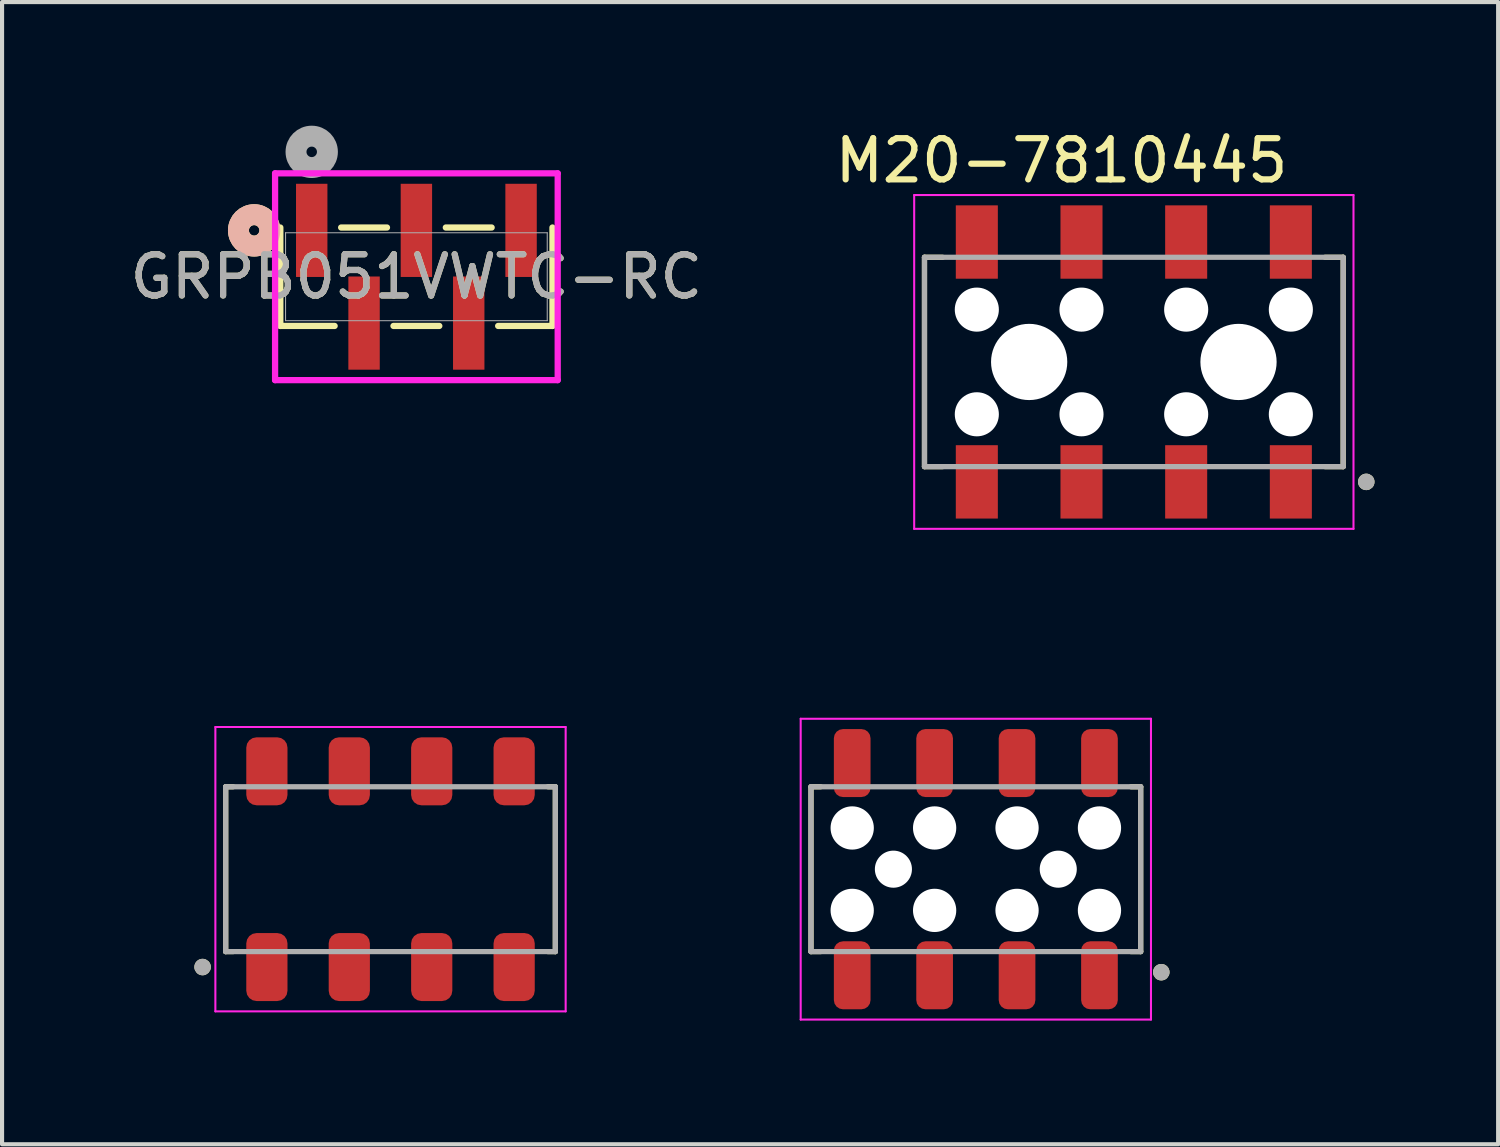
<source format=kicad_pcb>
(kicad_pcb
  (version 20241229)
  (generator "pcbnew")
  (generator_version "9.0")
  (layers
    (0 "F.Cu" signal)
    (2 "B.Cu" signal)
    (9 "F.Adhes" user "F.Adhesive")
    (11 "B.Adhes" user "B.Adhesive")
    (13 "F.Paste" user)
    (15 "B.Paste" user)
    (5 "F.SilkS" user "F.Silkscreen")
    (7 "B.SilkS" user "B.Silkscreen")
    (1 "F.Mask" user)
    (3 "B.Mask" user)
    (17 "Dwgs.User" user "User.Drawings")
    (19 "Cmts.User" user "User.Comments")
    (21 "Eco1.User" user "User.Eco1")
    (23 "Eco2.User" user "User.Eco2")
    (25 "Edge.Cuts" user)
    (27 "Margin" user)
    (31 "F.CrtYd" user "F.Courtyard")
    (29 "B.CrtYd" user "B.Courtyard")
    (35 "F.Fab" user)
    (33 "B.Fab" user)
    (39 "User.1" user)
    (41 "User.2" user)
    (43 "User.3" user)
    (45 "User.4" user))
  (footprint "M22-6360442"
    (layer "F.Cu")
    (at 20.629 18.041)
    (property "Reference" "M22-6360442" (at -0.825 -4.385 0) (layer "User.2") (effects (font (size 1 1) (thickness 0.15))))
    (attr through_hole)
    (fp_line (start -4 -2) (end -3.765 -2) (stroke (width 0.127) (type solid)) (layer "F.SilkS"))
    (fp_line (start -4 2) (end -4 -2) (stroke (width 0.127) (type solid)) (layer "F.SilkS"))
    (fp_line (start -3.765 2) (end -4 2) (stroke (width 0.127) (type solid)) (layer "F.SilkS"))
    (fp_line (start 3.765 -2) (end 4 -2) (stroke (width 0.127) (type solid)) (layer "F.SilkS"))
    (fp_line (start 4 -2) (end 4 2) (stroke (width 0.127) (type solid)) (layer "F.SilkS"))
    (fp_line (start 4 2) (end 3.765 2) (stroke (width 0.127) (type solid)) (layer "F.SilkS"))
    (fp_circle (center 4.5 2.5) (end 4.6 2.5) (stroke (width 0.2) (type solid)) (fill no) (layer "F.SilkS"))
    (fp_line (start -4.25 -3.65) (end -4.25 3.65) (stroke (width 0.05) (type solid)) (layer "F.CrtYd"))
    (fp_line (start -4.25 3.65) (end 4.25 3.65) (stroke (width 0.05) (type solid)) (layer "F.CrtYd"))
    (fp_line (start 4.25 -3.65) (end -4.25 -3.65) (stroke (width 0.05) (type solid)) (layer "F.CrtYd"))
    (fp_line (start 4.25 3.65) (end 4.25 -3.65) (stroke (width 0.05) (type solid)) (layer "F.CrtYd"))
    (fp_line (start -4 -2) (end 4 -2) (stroke (width 0.127) (type solid)) (layer "F.Fab"))
    (fp_line (start -4 2) (end -4 -2) (stroke (width 0.127) (type solid)) (layer "F.Fab"))
    (fp_line (start 4 -2) (end 4 2) (stroke (width 0.127) (type solid)) (layer "F.Fab"))
    (fp_line (start 4 2) (end -4 2) (stroke (width 0.127) (type solid)) (layer "F.Fab"))
    (fp_circle (center 4.5 2.5) (end 4.6 2.5) (stroke (width 0.2) (type solid)) (fill no) (layer "F.Fab"))
    (pad "" np_thru_hole circle (at -3 -1) (size 1.05 1.05) (drill 1.05) (layers "*.Cu" "*.Mask"))
    (pad "" np_thru_hole circle (at -3 1) (size 1.05 1.05) (drill 1.05) (layers "*.Cu" "*.Mask"))
    (pad "" np_thru_hole circle (at -2 0) (size 0.9 0.9) (drill 0.9) (layers "*.Cu" "*.Mask"))
    (pad "" np_thru_hole circle (at -1 -1) (size 1.05 1.05) (drill 1.05) (layers "*.Cu" "*.Mask"))
    (pad "" np_thru_hole circle (at -1 1) (size 1.05 1.05) (drill 1.05) (layers "*.Cu" "*.Mask"))
    (pad "" np_thru_hole circle (at 1 -1) (size 1.05 1.05) (drill 1.05) (layers "*.Cu" "*.Mask"))
    (pad "" np_thru_hole circle (at 1 1) (size 1.05 1.05) (drill 1.05) (layers "*.Cu" "*.Mask"))
    (pad "" np_thru_hole circle (at 2 0) (size 0.9 0.9) (drill 0.9) (layers "*.Cu" "*.Mask"))
    (pad "" np_thru_hole circle (at 3 -1) (size 1.05 1.05) (drill 1.05) (layers "*.Cu" "*.Mask"))
    (pad "" np_thru_hole circle (at 3 1) (size 1.05 1.05) (drill 1.05) (layers "*.Cu" "*.Mask"))
    (pad "1" smd roundrect (at 3 2.575) (size 0.89 1.65) (layers "F.Cu" "F.Mask" "F.Paste") (roundrect_rratio 0.25))
    (pad "2" smd roundrect (at 3 -2.575) (size 0.89 1.65) (layers "F.Cu" "F.Mask" "F.Paste") (roundrect_rratio 0.25))
    (pad "3" smd roundrect (at 1 2.575) (size 0.89 1.65) (layers "F.Cu" "F.Mask" "F.Paste") (roundrect_rratio 0.25))
    (pad "4" smd roundrect (at 1 -2.575) (size 0.89 1.65) (layers "F.Cu" "F.Mask" "F.Paste") (roundrect_rratio 0.25))
    (pad "5" smd roundrect (at -1 2.575) (size 0.89 1.65) (layers "F.Cu" "F.Mask" "F.Paste") (roundrect_rratio 0.25))
    (pad "6" smd roundrect (at -1 -2.575) (size 0.89 1.65) (layers "F.Cu" "F.Mask" "F.Paste") (roundrect_rratio 0.25))
    (pad "7" smd roundrect (at -3 2.575) (size 0.89 1.65) (layers "F.Cu" "F.Mask" "F.Paste") (roundrect_rratio 0.25))
    (pad "8" smd roundrect (at -3 -2.575) (size 0.89 1.65) (layers "F.Cu" "F.Mask" "F.Paste") (roundrect_rratio 0.25)))
  (footprint "M20-7810445"
    (layer "F.Cu")
    (at 24.463 5.733)
    (property "Reference" "M20-7810445" (at -1.755 -4.885 0) (layer "F.SilkS") (effects (font (size 1 1) (thickness 0.15))))
    (attr through_hole)
    (fp_line (start -5.08 -2.54) (end -4.64 -2.54) (stroke (width 0.127) (type solid)) (layer "F.SilkS"))
    (fp_line (start -5.08 2.54) (end -5.08 -2.54) (stroke (width 0.127) (type solid)) (layer "F.SilkS"))
    (fp_line (start -4.64 2.54) (end -5.08 2.54) (stroke (width 0.127) (type solid)) (layer "F.SilkS"))
    (fp_line (start 4.64 -2.54) (end 5.08 -2.54) (stroke (width 0.127) (type solid)) (layer "F.SilkS"))
    (fp_line (start 5.08 -2.54) (end 5.08 2.54) (stroke (width 0.127) (type solid)) (layer "F.SilkS"))
    (fp_line (start 5.08 2.54) (end 4.64 2.54) (stroke (width 0.127) (type solid)) (layer "F.SilkS"))
    (fp_circle (center 5.64 2.91) (end 5.74 2.91) (stroke (width 0.2) (type solid)) (fill no) (layer "F.SilkS"))
    (fp_line (start -5.33 -4.05) (end -5.33 4.05) (stroke (width 0.05) (type solid)) (layer "F.CrtYd"))
    (fp_line (start -5.33 4.05) (end 5.33 4.05) (stroke (width 0.05) (type solid)) (layer "F.CrtYd"))
    (fp_line (start 5.33 -4.05) (end -5.33 -4.05) (stroke (width 0.05) (type solid)) (layer "F.CrtYd"))
    (fp_line (start 5.33 4.05) (end 5.33 -4.05) (stroke (width 0.05) (type solid)) (layer "F.CrtYd"))
    (fp_line (start -5.08 -2.54) (end 5.08 -2.54) (stroke (width 0.127) (type solid)) (layer "F.Fab"))
    (fp_line (start -5.08 2.54) (end -5.08 -2.54) (stroke (width 0.127) (type solid)) (layer "F.Fab"))
    (fp_line (start 5.08 -2.54) (end 5.08 2.54) (stroke (width 0.127) (type solid)) (layer "F.Fab"))
    (fp_line (start 5.08 2.54) (end -5.08 2.54) (stroke (width 0.127) (type solid)) (layer "F.Fab"))
    (fp_circle (center 5.64 2.91) (end 5.74 2.91) (stroke (width 0.2) (type solid)) (fill no) (layer "F.Fab"))
    (pad "" np_thru_hole circle (at -3.81 -1.27) (size 1.07 1.07) (drill 1.07) (layers "*.Cu" "*.Mask"))
    (pad "" np_thru_hole circle (at -3.81 1.27) (size 1.07 1.07) (drill 1.07) (layers "*.Cu" "*.Mask"))
    (pad "" np_thru_hole circle (at -2.54 0) (size 1.85 1.85) (drill 1.85) (layers "*.Cu" "*.Mask"))
    (pad "" np_thru_hole circle (at -1.27 -1.27) (size 1.07 1.07) (drill 1.07) (layers "*.Cu" "*.Mask"))
    (pad "" np_thru_hole circle (at -1.27 1.27) (size 1.07 1.07) (drill 1.07) (layers "*.Cu" "*.Mask"))
    (pad "" np_thru_hole circle (at 1.27 -1.27) (size 1.07 1.07) (drill 1.07) (layers "*.Cu" "*.Mask"))
    (pad "" np_thru_hole circle (at 1.27 1.27) (size 1.07 1.07) (drill 1.07) (layers "*.Cu" "*.Mask"))
    (pad "" np_thru_hole circle (at 2.54 0) (size 1.85 1.85) (drill 1.85) (layers "*.Cu" "*.Mask"))
    (pad "" np_thru_hole circle (at 3.81 -1.27) (size 1.07 1.07) (drill 1.07) (layers "*.Cu" "*.Mask"))
    (pad "" np_thru_hole circle (at 3.81 1.27) (size 1.07 1.07) (drill 1.07) (layers "*.Cu" "*.Mask"))
    (pad "1" smd rect (at 3.81 2.91) (size 1.02 1.78) (layers "F.Cu" "F.Mask" "F.Paste"))
    (pad "2" smd rect (at 3.81 -2.91) (size 1.02 1.78) (layers "F.Cu" "F.Mask" "F.Paste"))
    (pad "3" smd rect (at 1.27 2.91) (size 1.02 1.78) (layers "F.Cu" "F.Mask" "F.Paste"))
    (pad "4" smd rect (at 1.27 -2.91) (size 1.02 1.78) (layers "F.Cu" "F.Mask" "F.Paste"))
    (pad "5" smd rect (at -1.27 2.91) (size 1.02 1.78) (layers "F.Cu" "F.Mask" "F.Paste"))
    (pad "6" smd rect (at -1.27 -2.91) (size 1.02 1.78) (layers "F.Cu" "F.Mask" "F.Paste"))
    (pad "7" smd rect (at -3.81 2.91) (size 1.02 1.78) (layers "F.Cu" "F.Mask" "F.Paste"))
    (pad "8" smd rect (at -3.81 -2.91) (size 1.02 1.78) (layers "F.Cu" "F.Mask" "F.Paste")))
  (footprint "M22-5320405"
    (layer "F.Cu")
    (at 6.426 18.041)
    (property "Reference" "M22-5320405" (at -0.825 -4.385 0) (layer "User.2") (effects (font (size 1 1) (thickness 0.15))))
    (attr smd)
    (fp_line (start -4 -2) (end -3.82 -2) (stroke (width 0.127) (type solid)) (layer "F.SilkS"))
    (fp_line (start -4 2) (end -4 -2) (stroke (width 0.127) (type solid)) (layer "F.SilkS"))
    (fp_line (start -3.82 2) (end -4 2) (stroke (width 0.127) (type solid)) (layer "F.SilkS"))
    (fp_line (start 3.82 -2) (end 4 -2) (stroke (width 0.127) (type solid)) (layer "F.SilkS"))
    (fp_line (start 4 -2) (end 4 2) (stroke (width 0.127) (type solid)) (layer "F.SilkS"))
    (fp_line (start 4 2) (end 3.82 2) (stroke (width 0.127) (type solid)) (layer "F.SilkS"))
    (fp_circle (center -4.56 2.375) (end -4.46 2.375) (stroke (width 0.2) (type solid)) (fill no) (layer "F.SilkS"))
    (fp_line (start -4.25 -3.45) (end -4.25 3.45) (stroke (width 0.05) (type solid)) (layer "F.CrtYd"))
    (fp_line (start -4.25 3.45) (end 4.25 3.45) (stroke (width 0.05) (type solid)) (layer "F.CrtYd"))
    (fp_line (start 4.25 -3.45) (end -4.25 -3.45) (stroke (width 0.05) (type solid)) (layer "F.CrtYd"))
    (fp_line (start 4.25 3.45) (end 4.25 -3.45) (stroke (width 0.05) (type solid)) (layer "F.CrtYd"))
    (fp_line (start -4 -2) (end 4 -2) (stroke (width 0.127) (type solid)) (layer "F.Fab"))
    (fp_line (start -4 2) (end -4 -2) (stroke (width 0.127) (type solid)) (layer "F.Fab"))
    (fp_line (start 4 -2) (end 4 2) (stroke (width 0.127) (type solid)) (layer "F.Fab"))
    (fp_line (start 4 2) (end -4 2) (stroke (width 0.127) (type solid)) (layer "F.Fab"))
    (fp_circle (center -4.56 2.375) (end -4.46 2.375) (stroke (width 0.2) (type solid)) (fill no) (layer "F.Fab"))
    (pad "1" smd roundrect (at -3 2.375) (size 1 1.65) (layers "F.Cu" "F.Mask" "F.Paste") (roundrect_rratio 0.25))
    (pad "2" smd roundrect (at -3 -2.375) (size 1 1.65) (layers "F.Cu" "F.Mask" "F.Paste") (roundrect_rratio 0.25))
    (pad "3" smd roundrect (at -1 2.375) (size 1 1.65) (layers "F.Cu" "F.Mask" "F.Paste") (roundrect_rratio 0.25))
    (pad "4" smd roundrect (at -1 -2.375) (size 1 1.65) (layers "F.Cu" "F.Mask" "F.Paste") (roundrect_rratio 0.25))
    (pad "5" smd roundrect (at 1 2.375) (size 1 1.65) (layers "F.Cu" "F.Mask" "F.Paste") (roundrect_rratio 0.25))
    (pad "6" smd roundrect (at 1 -2.375) (size 1 1.65) (layers "F.Cu" "F.Mask" "F.Paste") (roundrect_rratio 0.25))
    (pad "7" smd roundrect (at 3 2.375) (size 1 1.65) (layers "F.Cu" "F.Mask" "F.Paste") (roundrect_rratio 0.25))
    (pad "8" smd roundrect (at 3 -2.375) (size 1 1.65) (layers "F.Cu" "F.Mask" "F.Paste") (roundrect_rratio 0.25)))
  (footprint "GRPB051VWTC-RC"
    (layer "F.Cu")
    (at 4.514 2.54)
    (property "Reference" "GRPB051VWTC-RC" (at 2.54 1.125 0) (unlocked yes) (layer "F.SilkS") (effects (font (size 1 1) (thickness 0.15))))
    (attr smd)
    (fp_line (start -0.762 -0.069) (end -0.762 2.319) (stroke (width 0.152) (type solid)) (layer "F.SilkS"))
    (fp_line (start -0.762 2.319) (end 0.556 2.319) (stroke (width 0.152) (type solid)) (layer "F.SilkS"))
    (fp_line (start 1.826 -0.069) (end 0.714 -0.069) (stroke (width 0.152) (type solid)) (layer "F.SilkS"))
    (fp_line (start 1.984 2.319) (end 3.096 2.319) (stroke (width 0.152) (type solid)) (layer "F.SilkS"))
    (fp_line (start 4.366 -0.069) (end 3.254 -0.069) (stroke (width 0.152) (type solid)) (layer "F.SilkS"))
    (fp_line (start 4.524 2.319) (end 5.842 2.319) (stroke (width 0.152) (type solid)) (layer "F.SilkS"))
    (fp_line (start 5.842 2.319) (end 5.842 -0.069) (stroke (width 0.152) (type solid)) (layer "F.SilkS"))
    (fp_circle (center -1.397 0) (end -1.016 0) (stroke (width 0.508) (type solid)) (fill no) (layer "F.SilkS"))
    (fp_circle (center -1.397 0) (end -1.016 0) (stroke (width 0.508) (type solid)) (fill no) (layer "B.SilkS"))
    (fp_line (start -0.889 -1.384) (end -0.889 3.634) (stroke (width 0.152) (type solid)) (layer "F.CrtYd"))
    (fp_line (start -0.889 3.634) (end 5.969 3.634) (stroke (width 0.152) (type solid)) (layer "F.CrtYd"))
    (fp_line (start 5.969 -1.384) (end -0.889 -1.384) (stroke (width 0.152) (type solid)) (layer "F.CrtYd"))
    (fp_line (start 5.969 3.634) (end 5.969 -1.384) (stroke (width 0.152) (type solid)) (layer "F.CrtYd"))
    (fp_line (start -0.635 0.058) (end -0.635 2.192) (stroke (width 0.025) (type solid)) (layer "F.Fab"))
    (fp_line (start -0.635 2.192) (end 5.715 2.192) (stroke (width 0.025) (type solid)) (layer "F.Fab"))
    (fp_line (start 5.715 0.058) (end -0.635 0.058) (stroke (width 0.025) (type solid)) (layer "F.Fab"))
    (fp_line (start 5.715 2.192) (end 5.715 0.058) (stroke (width 0.025) (type solid)) (layer "F.Fab"))
    (fp_circle (center 0 -1.905) (end 0.381 -1.905) (stroke (width 0.508) (type solid)) (fill no) (layer "F.Fab"))
    (fp_text user "${REFERENCE}" (at 2.54 1.125 0) (unlocked yes) (layer "F.Fab") (effects (font (size 1 1) (thickness 0.15))))
    (pad "1" smd rect (at 0 0) (size 0.762 2.261) (layers "F.Cu" "F.Mask" "F.Paste"))
    (pad "2" smd rect (at 1.27 2.25) (size 0.762 2.261) (layers "F.Cu" "F.Mask" "F.Paste"))
    (pad "3" smd rect (at 2.54 0) (size 0.762 2.261) (layers "F.Cu" "F.Mask" "F.Paste"))
    (pad "4" smd rect (at 3.81 2.25) (size 0.762 2.261) (layers "F.Cu" "F.Mask" "F.Paste"))
    (pad "5" smd rect (at 5.08 0) (size 0.762 2.261) (layers "F.Cu" "F.Mask" "F.Paste")))
  (gr_rect
    (start -3 -3)
    (end 33.303 24.716)
    (stroke (width 0.1) (type default))
    (fill no)
    (layer "Edge.Cuts")))
</source>
